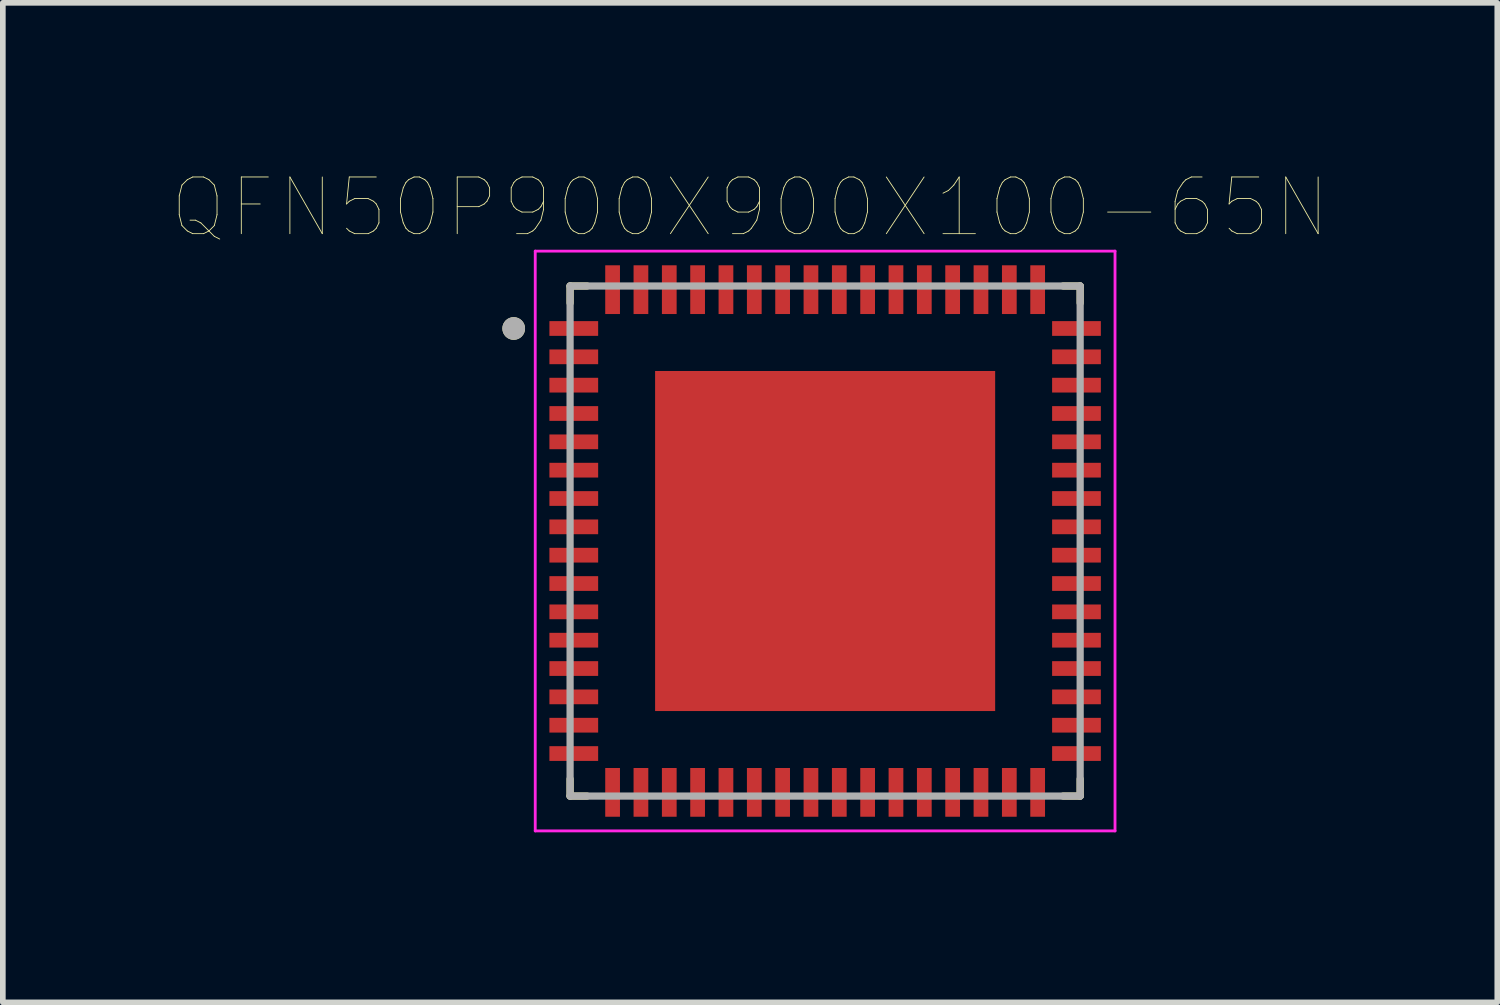
<source format=kicad_pcb>
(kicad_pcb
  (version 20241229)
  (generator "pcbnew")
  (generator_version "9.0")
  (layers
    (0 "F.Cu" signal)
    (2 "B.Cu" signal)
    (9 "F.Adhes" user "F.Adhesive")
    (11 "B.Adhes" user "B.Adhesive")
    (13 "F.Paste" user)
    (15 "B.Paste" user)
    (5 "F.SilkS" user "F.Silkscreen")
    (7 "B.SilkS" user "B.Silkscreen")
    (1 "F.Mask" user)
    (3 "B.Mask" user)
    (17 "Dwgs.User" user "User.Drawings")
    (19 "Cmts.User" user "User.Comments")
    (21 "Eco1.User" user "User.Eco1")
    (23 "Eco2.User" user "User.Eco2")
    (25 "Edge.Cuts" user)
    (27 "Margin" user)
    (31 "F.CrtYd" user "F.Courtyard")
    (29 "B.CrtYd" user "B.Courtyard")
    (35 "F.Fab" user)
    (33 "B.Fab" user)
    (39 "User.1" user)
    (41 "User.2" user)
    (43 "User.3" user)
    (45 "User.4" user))
  (footprint "QFN50P900X900X100-65N"
    (layer "F.Cu")
    (at 11.509 6.496)
    (property "Reference" "QFN50P900X900X100-65N" (at -1.325 -5.885 0) (layer "F.SilkS") (effects (font (size 1 1) (thickness 0.015))))
    (attr through_hole)
    (fp_line (start -4.5 -4.5) (end -4.5 -4.2) (stroke (width 0.127) (type solid)) (layer "F.SilkS"))
    (fp_line (start -4.5 -4.5) (end -4.2 -4.5) (stroke (width 0.127) (type solid)) (layer "F.SilkS"))
    (fp_line (start -4.5 4.5) (end -4.5 4.2) (stroke (width 0.127) (type solid)) (layer "F.SilkS"))
    (fp_line (start -4.5 4.5) (end -4.2 4.5) (stroke (width 0.127) (type solid)) (layer "F.SilkS"))
    (fp_line (start 4.5 -4.5) (end 4.2 -4.5) (stroke (width 0.127) (type solid)) (layer "F.SilkS"))
    (fp_line (start 4.5 -4.5) (end 4.5 -4.2) (stroke (width 0.127) (type solid)) (layer "F.SilkS"))
    (fp_line (start 4.5 4.5) (end 4.2 4.5) (stroke (width 0.127) (type solid)) (layer "F.SilkS"))
    (fp_line (start 4.5 4.5) (end 4.5 4.2) (stroke (width 0.127) (type solid)) (layer "F.SilkS"))
    (fp_circle (center -5.495 -3.75) (end -5.395 -3.75) (stroke (width 0.2) (type solid)) (fill no) (layer "F.SilkS"))
    (fp_poly (pts (xy -2.45 -2.45) (xy -0.55 -2.45) (xy -0.55 -0.55) (xy -2.45 -0.55)) (stroke (width 0.01) (type solid)) (fill yes) (layer "F.Paste"))
    (fp_poly (pts (xy -2.45 0.55) (xy -0.55 0.55) (xy -0.55 2.45) (xy -2.45 2.45)) (stroke (width 0.01) (type solid)) (fill yes) (layer "F.Paste"))
    (fp_poly (pts (xy 0.55 -2.45) (xy 2.45 -2.45) (xy 2.45 -0.55) (xy 0.55 -0.55)) (stroke (width 0.01) (type solid)) (fill yes) (layer "F.Paste"))
    (fp_poly (pts (xy 0.55 0.55) (xy 2.45 0.55) (xy 2.45 2.45) (xy 0.55 2.45)) (stroke (width 0.01) (type solid)) (fill yes) (layer "F.Paste"))
    (fp_line (start -5.115 -5.115) (end 5.115 -5.115) (stroke (width 0.05) (type solid)) (layer "F.CrtYd"))
    (fp_line (start -5.115 5.115) (end -5.115 -5.115) (stroke (width 0.05) (type solid)) (layer "F.CrtYd"))
    (fp_line (start -5.115 5.115) (end 5.115 5.115) (stroke (width 0.05) (type solid)) (layer "F.CrtYd"))
    (fp_line (start 5.115 5.115) (end 5.115 -5.115) (stroke (width 0.05) (type solid)) (layer "F.CrtYd"))
    (fp_line (start -4.5 4.5) (end -4.5 -4.5) (stroke (width 0.127) (type solid)) (layer "F.Fab"))
    (fp_line (start 4.5 -4.5) (end -4.5 -4.5) (stroke (width 0.127) (type solid)) (layer "F.Fab"))
    (fp_line (start 4.5 4.5) (end -4.5 4.5) (stroke (width 0.127) (type solid)) (layer "F.Fab"))
    (fp_line (start 4.5 4.5) (end 4.5 -4.5) (stroke (width 0.127) (type solid)) (layer "F.Fab"))
    (fp_circle (center -5.495 -3.75) (end -5.395 -3.75) (stroke (width 0.2) (type solid)) (fill no) (layer "F.Fab"))
    (pad "1" smd rect (at -4.435 -3.75) (size 0.86 0.26) (layers "F.Cu" "F.Mask" "F.Paste"))
    (pad "2" smd rect (at -4.435 -3.25) (size 0.86 0.26) (layers "F.Cu" "F.Mask" "F.Paste"))
    (pad "3" smd rect (at -4.435 -2.75) (size 0.86 0.26) (layers "F.Cu" "F.Mask" "F.Paste"))
    (pad "4" smd rect (at -4.435 -2.25) (size 0.86 0.26) (layers "F.Cu" "F.Mask" "F.Paste"))
    (pad "5" smd rect (at -4.435 -1.75) (size 0.86 0.26) (layers "F.Cu" "F.Mask" "F.Paste"))
    (pad "6" smd rect (at -4.435 -1.25) (size 0.86 0.26) (layers "F.Cu" "F.Mask" "F.Paste"))
    (pad "7" smd rect (at -4.435 -0.75) (size 0.86 0.26) (layers "F.Cu" "F.Mask" "F.Paste"))
    (pad "8" smd rect (at -4.435 -0.25) (size 0.86 0.26) (layers "F.Cu" "F.Mask" "F.Paste"))
    (pad "9" smd rect (at -4.435 0.25) (size 0.86 0.26) (layers "F.Cu" "F.Mask" "F.Paste"))
    (pad "10" smd rect (at -4.435 0.75) (size 0.86 0.26) (layers "F.Cu" "F.Mask" "F.Paste"))
    (pad "11" smd rect (at -4.435 1.25) (size 0.86 0.26) (layers "F.Cu" "F.Mask" "F.Paste"))
    (pad "12" smd rect (at -4.435 1.75) (size 0.86 0.26) (layers "F.Cu" "F.Mask" "F.Paste"))
    (pad "13" smd rect (at -4.435 2.25) (size 0.86 0.26) (layers "F.Cu" "F.Mask" "F.Paste"))
    (pad "14" smd rect (at -4.435 2.75) (size 0.86 0.26) (layers "F.Cu" "F.Mask" "F.Paste"))
    (pad "15" smd rect (at -4.435 3.25) (size 0.86 0.26) (layers "F.Cu" "F.Mask" "F.Paste"))
    (pad "16" smd rect (at -4.435 3.75) (size 0.86 0.26) (layers "F.Cu" "F.Mask" "F.Paste"))
    (pad "17" smd rect (at -3.75 4.435) (size 0.26 0.86) (layers "F.Cu" "F.Mask" "F.Paste"))
    (pad "18" smd rect (at -3.25 4.435) (size 0.26 0.86) (layers "F.Cu" "F.Mask" "F.Paste"))
    (pad "19" smd rect (at -2.75 4.435) (size 0.26 0.86) (layers "F.Cu" "F.Mask" "F.Paste"))
    (pad "20" smd rect (at -2.25 4.435) (size 0.26 0.86) (layers "F.Cu" "F.Mask" "F.Paste"))
    (pad "21" smd rect (at -1.75 4.435) (size 0.26 0.86) (layers "F.Cu" "F.Mask" "F.Paste"))
    (pad "22" smd rect (at -1.25 4.435) (size 0.26 0.86) (layers "F.Cu" "F.Mask" "F.Paste"))
    (pad "23" smd rect (at -0.75 4.435) (size 0.26 0.86) (layers "F.Cu" "F.Mask" "F.Paste"))
    (pad "24" smd rect (at -0.25 4.435) (size 0.26 0.86) (layers "F.Cu" "F.Mask" "F.Paste"))
    (pad "25" smd rect (at 0.25 4.435) (size 0.26 0.86) (layers "F.Cu" "F.Mask" "F.Paste"))
    (pad "26" smd rect (at 0.75 4.435) (size 0.26 0.86) (layers "F.Cu" "F.Mask" "F.Paste"))
    (pad "27" smd rect (at 1.25 4.435) (size 0.26 0.86) (layers "F.Cu" "F.Mask" "F.Paste"))
    (pad "28" smd rect (at 1.75 4.435) (size 0.26 0.86) (layers "F.Cu" "F.Mask" "F.Paste"))
    (pad "29" smd rect (at 2.25 4.435) (size 0.26 0.86) (layers "F.Cu" "F.Mask" "F.Paste"))
    (pad "30" smd rect (at 2.75 4.435) (size 0.26 0.86) (layers "F.Cu" "F.Mask" "F.Paste"))
    (pad "31" smd rect (at 3.25 4.435) (size 0.26 0.86) (layers "F.Cu" "F.Mask" "F.Paste"))
    (pad "32" smd rect (at 3.75 4.435) (size 0.26 0.86) (layers "F.Cu" "F.Mask" "F.Paste"))
    (pad "33" smd rect (at 4.435 3.75) (size 0.86 0.26) (layers "F.Cu" "F.Mask" "F.Paste"))
    (pad "34" smd rect (at 4.435 3.25) (size 0.86 0.26) (layers "F.Cu" "F.Mask" "F.Paste"))
    (pad "35" smd rect (at 4.435 2.75) (size 0.86 0.26) (layers "F.Cu" "F.Mask" "F.Paste"))
    (pad "36" smd rect (at 4.435 2.25) (size 0.86 0.26) (layers "F.Cu" "F.Mask" "F.Paste"))
    (pad "37" smd rect (at 4.435 1.75) (size 0.86 0.26) (layers "F.Cu" "F.Mask" "F.Paste"))
    (pad "38" smd rect (at 4.435 1.25) (size 0.86 0.26) (layers "F.Cu" "F.Mask" "F.Paste"))
    (pad "39" smd rect (at 4.435 0.75) (size 0.86 0.26) (layers "F.Cu" "F.Mask" "F.Paste"))
    (pad "40" smd rect (at 4.435 0.25) (size 0.86 0.26) (layers "F.Cu" "F.Mask" "F.Paste"))
    (pad "41" smd rect (at 4.435 -0.25) (size 0.86 0.26) (layers "F.Cu" "F.Mask" "F.Paste"))
    (pad "42" smd rect (at 4.435 -0.75) (size 0.86 0.26) (layers "F.Cu" "F.Mask" "F.Paste"))
    (pad "43" smd rect (at 4.435 -1.25) (size 0.86 0.26) (layers "F.Cu" "F.Mask" "F.Paste"))
    (pad "44" smd rect (at 4.435 -1.75) (size 0.86 0.26) (layers "F.Cu" "F.Mask" "F.Paste"))
    (pad "45" smd rect (at 4.435 -2.25) (size 0.86 0.26) (layers "F.Cu" "F.Mask" "F.Paste"))
    (pad "46" smd rect (at 4.435 -2.75) (size 0.86 0.26) (layers "F.Cu" "F.Mask" "F.Paste"))
    (pad "47" smd rect (at 4.435 -3.25) (size 0.86 0.26) (layers "F.Cu" "F.Mask" "F.Paste"))
    (pad "48" smd rect (at 4.435 -3.75) (size 0.86 0.26) (layers "F.Cu" "F.Mask" "F.Paste"))
    (pad "49" smd rect (at 3.75 -4.435) (size 0.26 0.86) (layers "F.Cu" "F.Mask" "F.Paste"))
    (pad "50" smd rect (at 3.25 -4.435) (size 0.26 0.86) (layers "F.Cu" "F.Mask" "F.Paste"))
    (pad "51" smd rect (at 2.75 -4.435) (size 0.26 0.86) (layers "F.Cu" "F.Mask" "F.Paste"))
    (pad "52" smd rect (at 2.25 -4.435) (size 0.26 0.86) (layers "F.Cu" "F.Mask" "F.Paste"))
    (pad "53" smd rect (at 1.75 -4.435) (size 0.26 0.86) (layers "F.Cu" "F.Mask" "F.Paste"))
    (pad "54" smd rect (at 1.25 -4.435) (size 0.26 0.86) (layers "F.Cu" "F.Mask" "F.Paste"))
    (pad "55" smd rect (at 0.75 -4.435) (size 0.26 0.86) (layers "F.Cu" "F.Mask" "F.Paste"))
    (pad "56" smd rect (at 0.25 -4.435) (size 0.26 0.86) (layers "F.Cu" "F.Mask" "F.Paste"))
    (pad "57" smd rect (at -0.25 -4.435) (size 0.26 0.86) (layers "F.Cu" "F.Mask" "F.Paste"))
    (pad "58" smd rect (at -0.75 -4.435) (size 0.26 0.86) (layers "F.Cu" "F.Mask" "F.Paste"))
    (pad "59" smd rect (at -1.25 -4.435) (size 0.26 0.86) (layers "F.Cu" "F.Mask" "F.Paste"))
    (pad "60" smd rect (at -1.75 -4.435) (size 0.26 0.86) (layers "F.Cu" "F.Mask" "F.Paste"))
    (pad "61" smd rect (at -2.25 -4.435) (size 0.26 0.86) (layers "F.Cu" "F.Mask" "F.Paste"))
    (pad "62" smd rect (at -2.75 -4.435) (size 0.26 0.86) (layers "F.Cu" "F.Mask" "F.Paste"))
    (pad "63" smd rect (at -3.25 -4.435) (size 0.26 0.86) (layers "F.Cu" "F.Mask" "F.Paste"))
    (pad "64" smd rect (at -3.75 -4.435) (size 0.26 0.86) (layers "F.Cu" "F.Mask" "F.Paste"))
    (pad "65" smd rect (at 0 0) (size 6 6) (layers "F.Cu" "F.Mask")))
  (gr_rect
    (start -3 -3)
    (end 23.369 14.636)
    (stroke (width 0.1) (type default))
    (fill no)
    (layer "Edge.Cuts")))
</source>
